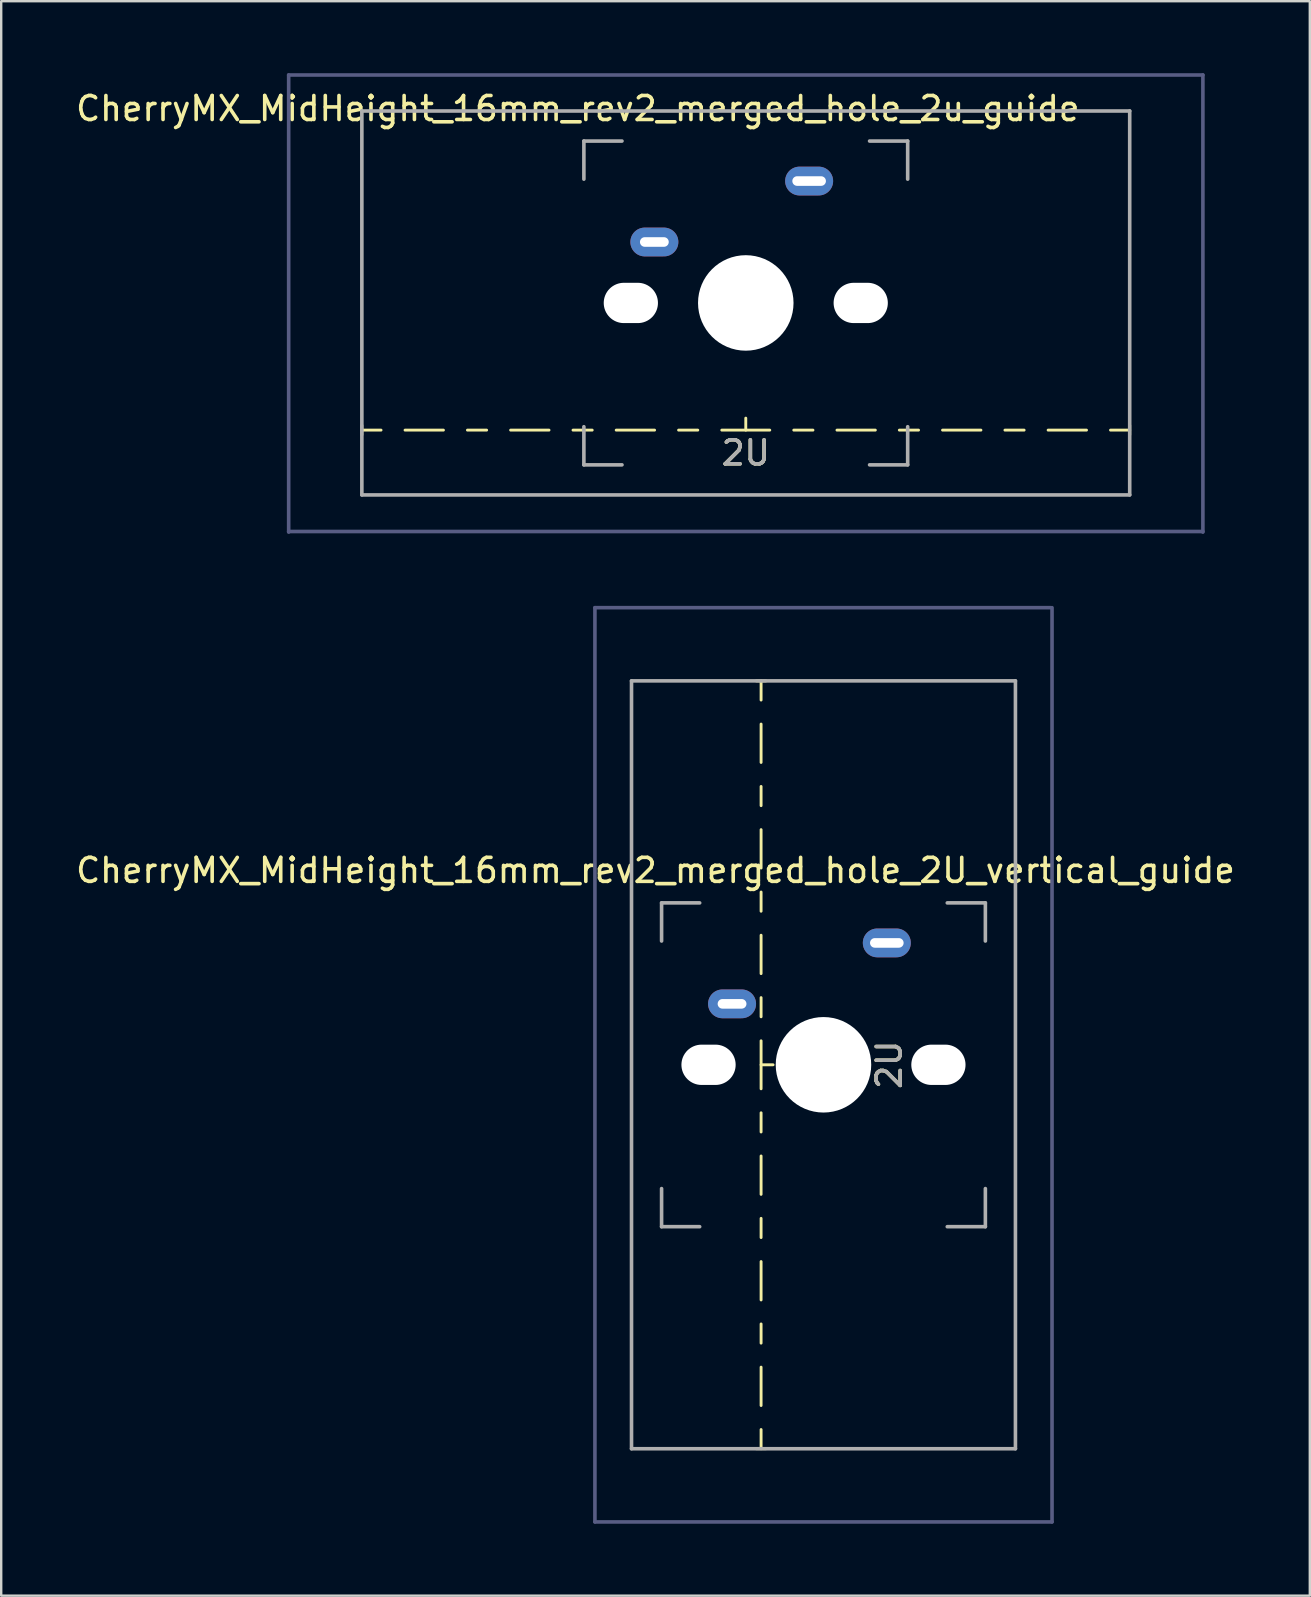
<source format=kicad_pcb>
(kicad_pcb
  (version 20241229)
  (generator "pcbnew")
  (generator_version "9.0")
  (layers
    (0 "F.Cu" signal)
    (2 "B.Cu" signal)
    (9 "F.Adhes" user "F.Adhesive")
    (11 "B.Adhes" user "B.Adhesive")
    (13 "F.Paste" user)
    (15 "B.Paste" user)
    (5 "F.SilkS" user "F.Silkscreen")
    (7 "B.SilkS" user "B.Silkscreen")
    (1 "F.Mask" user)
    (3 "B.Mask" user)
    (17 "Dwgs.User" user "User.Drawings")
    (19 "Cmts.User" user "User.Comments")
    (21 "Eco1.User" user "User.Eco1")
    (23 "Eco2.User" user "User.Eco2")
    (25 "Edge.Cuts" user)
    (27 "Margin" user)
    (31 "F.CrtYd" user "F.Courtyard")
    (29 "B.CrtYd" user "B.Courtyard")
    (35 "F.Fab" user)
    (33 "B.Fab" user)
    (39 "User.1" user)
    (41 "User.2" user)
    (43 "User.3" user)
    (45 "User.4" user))
  (footprint "CherryMX_MidHeight_16mm_rev2_merged_hole_2U_vertical_guide"
    (layer "F.Cu")
    (at 31.268 41.325)
    (property "Reference" "CherryMX_MidHeight_16mm_rev2_merged_hole_2U_vertical_guide" (at -7 -8.1 180) (layer "F.SilkS") (effects (font (size 1 1) (thickness 0.15))))
    (attr through_hole)
    (fp_line (start -2.8 -16) (end -2.4 -16) (stroke (width 0.12) (type solid)) (layer "F.SilkS"))
    (fp_line (start -2.6 -15.2) (end -2.6 -16) (stroke (width 0.12) (type solid)) (layer "F.SilkS"))
    (fp_line (start -2.6 -12.6) (end -2.6 -14.2) (stroke (width 0.12) (type solid)) (layer "F.SilkS"))
    (fp_line (start -2.6 -10.8) (end -2.6 -11.6) (stroke (width 0.12) (type solid)) (layer "F.SilkS"))
    (fp_line (start -2.6 -8.2) (end -2.6 -9.8) (stroke (width 0.12) (type solid)) (layer "F.SilkS"))
    (fp_line (start -2.6 -6.4) (end -2.6 -7.2) (stroke (width 0.12) (type solid)) (layer "F.SilkS"))
    (fp_line (start -2.6 -3.8) (end -2.6 -5.4) (stroke (width 0.12) (type solid)) (layer "F.SilkS"))
    (fp_line (start -2.6 -2) (end -2.6 -2.8) (stroke (width 0.12) (type solid)) (layer "F.SilkS"))
    (fp_line (start -2.6 -1) (end -2.6 1) (stroke (width 0.12) (type solid)) (layer "F.SilkS"))
    (fp_line (start -2.6 2) (end -2.6 2.8) (stroke (width 0.12) (type solid)) (layer "F.SilkS"))
    (fp_line (start -2.6 3.8) (end -2.6 5.4) (stroke (width 0.12) (type solid)) (layer "F.SilkS"))
    (fp_line (start -2.6 6.4) (end -2.6 7.2) (stroke (width 0.12) (type solid)) (layer "F.SilkS"))
    (fp_line (start -2.6 8.2) (end -2.6 9.8) (stroke (width 0.12) (type solid)) (layer "F.SilkS"))
    (fp_line (start -2.6 10.8) (end -2.6 11.6) (stroke (width 0.12) (type solid)) (layer "F.SilkS"))
    (fp_line (start -2.6 12.6) (end -2.6 14.2) (stroke (width 0.12) (type solid)) (layer "F.SilkS"))
    (fp_line (start -2.6 15.2) (end -2.6 16) (stroke (width 0.12) (type solid)) (layer "F.SilkS"))
    (fp_line (start -2.4 16) (end -2.8 16) (stroke (width 0.12) (type solid)) (layer "F.SilkS"))
    (fp_line (start -2.1 0) (end -2.6 0) (stroke (width 0.12) (type solid)) (layer "F.SilkS"))
    (fp_line (start -9.525 -19.05) (end 9.475 -19.05) (stroke (width 0.15) (type solid)) (layer "B.Fab"))
    (fp_line (start -9.525 19.05) (end -9.525 -19.05) (stroke (width 0.15) (type solid)) (layer "B.Fab"))
    (fp_line (start 9.525 -19.05) (end 9.525 19.05) (stroke (width 0.15) (type solid)) (layer "B.Fab"))
    (fp_line (start 9.525 19.05) (end -9.525 19.05) (stroke (width 0.15) (type solid)) (layer "B.Fab"))
    (fp_line (start -8 -16) (end 8 -16) (stroke (width 0.15) (type solid)) (layer "F.Fab"))
    (fp_line (start -8 16) (end -8 -16) (stroke (width 0.15) (type solid)) (layer "F.Fab"))
    (fp_line (start -6.747 -6.747) (end -5.159 -6.747) (stroke (width 0.15) (type solid)) (layer "F.Fab"))
    (fp_line (start -6.747 -5.159) (end -6.747 -6.747) (stroke (width 0.15) (type solid)) (layer "F.Fab"))
    (fp_line (start -6.747 6.747) (end -6.747 5.159) (stroke (width 0.15) (type solid)) (layer "F.Fab"))
    (fp_line (start -5.159 6.747) (end -6.747 6.747) (stroke (width 0.15) (type solid)) (layer "F.Fab"))
    (fp_line (start 5.159 -6.747) (end 6.747 -6.747) (stroke (width 0.15) (type solid)) (layer "F.Fab"))
    (fp_line (start 6.747 -6.747) (end 6.747 -5.159) (stroke (width 0.15) (type solid)) (layer "F.Fab"))
    (fp_line (start 6.747 5.159) (end 6.747 6.747) (stroke (width 0.15) (type solid)) (layer "F.Fab"))
    (fp_line (start 6.747 6.747) (end 5.159 6.747) (stroke (width 0.15) (type solid)) (layer "F.Fab"))
    (fp_line (start 8 -16) (end 8 16) (stroke (width 0.15) (type solid)) (layer "F.Fab"))
    (fp_line (start 8 16) (end -8 16) (stroke (width 0.15) (type solid)) (layer "F.Fab"))
    (fp_text user "2U" (at 2.74 0 270) (layer "F.SilkS") (effects (font (size 1 1) (thickness 0.15))))
    (fp_text user "2U" (at 2.74 0 270) (layer "F.Fab") (effects (font (size 1 1) (thickness 0.15))))
    (pad "" np_thru_hole oval (at -4.79 0 180) (size 2.26 1.68) (drill oval 2.26 1.68) (layers "*.Cu" "*.Mask"))
    (pad "" np_thru_hole circle (at 0 0 270) (size 3.98 3.98) (drill 3.98) (layers "*.Cu" "*.Mask"))
    (pad "" np_thru_hole oval (at 4.79 0 180) (size 2.26 1.68) (drill oval 2.26 1.68) (layers "*.Cu" "*.Mask"))
    (pad "1" thru_hole oval (at -3.81 -2.54) (size 2 1.2) (drill oval 1.2 0.4) (layers "*.Cu" "B.Mask"))
    (pad "2" thru_hole oval (at 2.64 -5.08) (size 2 1.2) (drill oval 1.4 0.4) (layers "*.Cu" "B.Mask")))
  (footprint "CherryMX_MidHeight_16mm_rev2_merged_hole_2u_guide"
    (layer "F.Cu")
    (at 28.03 9.575)
    (property "Reference" "CherryMX_MidHeight_16mm_rev2_merged_hole_2u_guide" (at -7 -8.1 180) (layer "F.SilkS") (effects (font (size 1 1) (thickness 0.15))))
    (attr through_hole)
    (fp_line (start -16 5.5) (end -16 5.1) (stroke (width 0.12) (type solid)) (layer "F.SilkS"))
    (fp_line (start -15.2 5.3) (end -16 5.3) (stroke (width 0.12) (type solid)) (layer "F.SilkS"))
    (fp_line (start -12.6 5.3) (end -14.2 5.3) (stroke (width 0.12) (type solid)) (layer "F.SilkS"))
    (fp_line (start -10.8 5.3) (end -11.6 5.3) (stroke (width 0.12) (type solid)) (layer "F.SilkS"))
    (fp_line (start -8.2 5.3) (end -9.8 5.3) (stroke (width 0.12) (type solid)) (layer "F.SilkS"))
    (fp_line (start -6.4 5.3) (end -7.2 5.3) (stroke (width 0.12) (type solid)) (layer "F.SilkS"))
    (fp_line (start -3.8 5.3) (end -5.4 5.3) (stroke (width 0.12) (type solid)) (layer "F.SilkS"))
    (fp_line (start -2 5.3) (end -2.8 5.3) (stroke (width 0.12) (type solid)) (layer "F.SilkS"))
    (fp_line (start -1 5.3) (end 1 5.3) (stroke (width 0.12) (type solid)) (layer "F.SilkS"))
    (fp_line (start 0 4.8) (end 0 5.3) (stroke (width 0.12) (type solid)) (layer "F.SilkS"))
    (fp_line (start 2 5.3) (end 2.8 5.3) (stroke (width 0.12) (type solid)) (layer "F.SilkS"))
    (fp_line (start 3.8 5.3) (end 5.4 5.3) (stroke (width 0.12) (type solid)) (layer "F.SilkS"))
    (fp_line (start 6.4 5.3) (end 7.2 5.3) (stroke (width 0.12) (type solid)) (layer "F.SilkS"))
    (fp_line (start 8.2 5.3) (end 9.8 5.3) (stroke (width 0.12) (type solid)) (layer "F.SilkS"))
    (fp_line (start 10.8 5.3) (end 11.6 5.3) (stroke (width 0.12) (type solid)) (layer "F.SilkS"))
    (fp_line (start 12.6 5.3) (end 14.2 5.3) (stroke (width 0.12) (type solid)) (layer "F.SilkS"))
    (fp_line (start 15.2 5.3) (end 16 5.3) (stroke (width 0.12) (type solid)) (layer "F.SilkS"))
    (fp_line (start 16 5.1) (end 16 5.5) (stroke (width 0.12) (type solid)) (layer "F.SilkS"))
    (fp_line (start -19.05 -9.5) (end 19.05 -9.5) (stroke (width 0.15) (type solid)) (layer "B.Fab"))
    (fp_line (start -19.05 9.55) (end -19.05 -9.5) (stroke (width 0.15) (type solid)) (layer "B.Fab"))
    (fp_line (start 19.05 -9.5) (end 19.05 9.55) (stroke (width 0.15) (type solid)) (layer "B.Fab"))
    (fp_line (start 19.05 9.525) (end -19.05 9.525) (stroke (width 0.15) (type solid)) (layer "B.Fab"))
    (fp_line (start -16 -8) (end 16 -8) (stroke (width 0.15) (type solid)) (layer "F.Fab"))
    (fp_line (start -16 8) (end -16 -8) (stroke (width 0.15) (type solid)) (layer "F.Fab"))
    (fp_line (start -6.747 -6.747) (end -5.159 -6.747) (stroke (width 0.15) (type solid)) (layer "F.Fab"))
    (fp_line (start -6.747 -5.159) (end -6.747 -6.747) (stroke (width 0.15) (type solid)) (layer "F.Fab"))
    (fp_line (start -6.747 6.747) (end -6.747 5.159) (stroke (width 0.15) (type solid)) (layer "F.Fab"))
    (fp_line (start -5.159 6.747) (end -6.747 6.747) (stroke (width 0.15) (type solid)) (layer "F.Fab"))
    (fp_line (start 5.159 -6.747) (end 6.747 -6.747) (stroke (width 0.15) (type solid)) (layer "F.Fab"))
    (fp_line (start 6.747 -6.747) (end 6.747 -5.159) (stroke (width 0.15) (type solid)) (layer "F.Fab"))
    (fp_line (start 6.747 5.159) (end 6.747 6.747) (stroke (width 0.15) (type solid)) (layer "F.Fab"))
    (fp_line (start 6.747 6.747) (end 5.159 6.747) (stroke (width 0.15) (type solid)) (layer "F.Fab"))
    (fp_line (start 16 -8) (end 16 8) (stroke (width 0.15) (type solid)) (layer "F.Fab"))
    (fp_line (start 16 8) (end -16 8) (stroke (width 0.15) (type solid)) (layer "F.Fab"))
    (fp_text user "2U" (at 0 6.25 180) (layer "F.SilkS") (effects (font (size 1 1) (thickness 0.15))))
    (fp_text user "2U" (at 0 6.25 180) (layer "F.Fab") (effects (font (size 1 1) (thickness 0.15))))
    (pad "" np_thru_hole oval (at -4.79 0 180) (size 2.26 1.68) (drill oval 2.26 1.68) (layers "*.Cu" "*.Mask"))
    (pad "" np_thru_hole circle (at 0 0 270) (size 3.98 3.98) (drill 3.98) (layers "*.Cu" "*.Mask"))
    (pad "" np_thru_hole oval (at 4.79 0 180) (size 2.26 1.68) (drill oval 2.26 1.68) (layers "*.Cu" "*.Mask"))
    (pad "1" thru_hole oval (at -3.81 -2.54) (size 2 1.2) (drill oval 1.2 0.4) (layers "*.Cu" "B.Mask"))
    (pad "2" thru_hole oval (at 2.64 -5.08) (size 2 1.2) (drill oval 1.4 0.4) (layers "*.Cu" "B.Mask")))
  (gr_rect
    (start -3 -3)
    (end 51.536 63.45)
    (stroke (width 0.1) (type default))
    (fill no)
    (layer "Edge.Cuts")))
</source>
